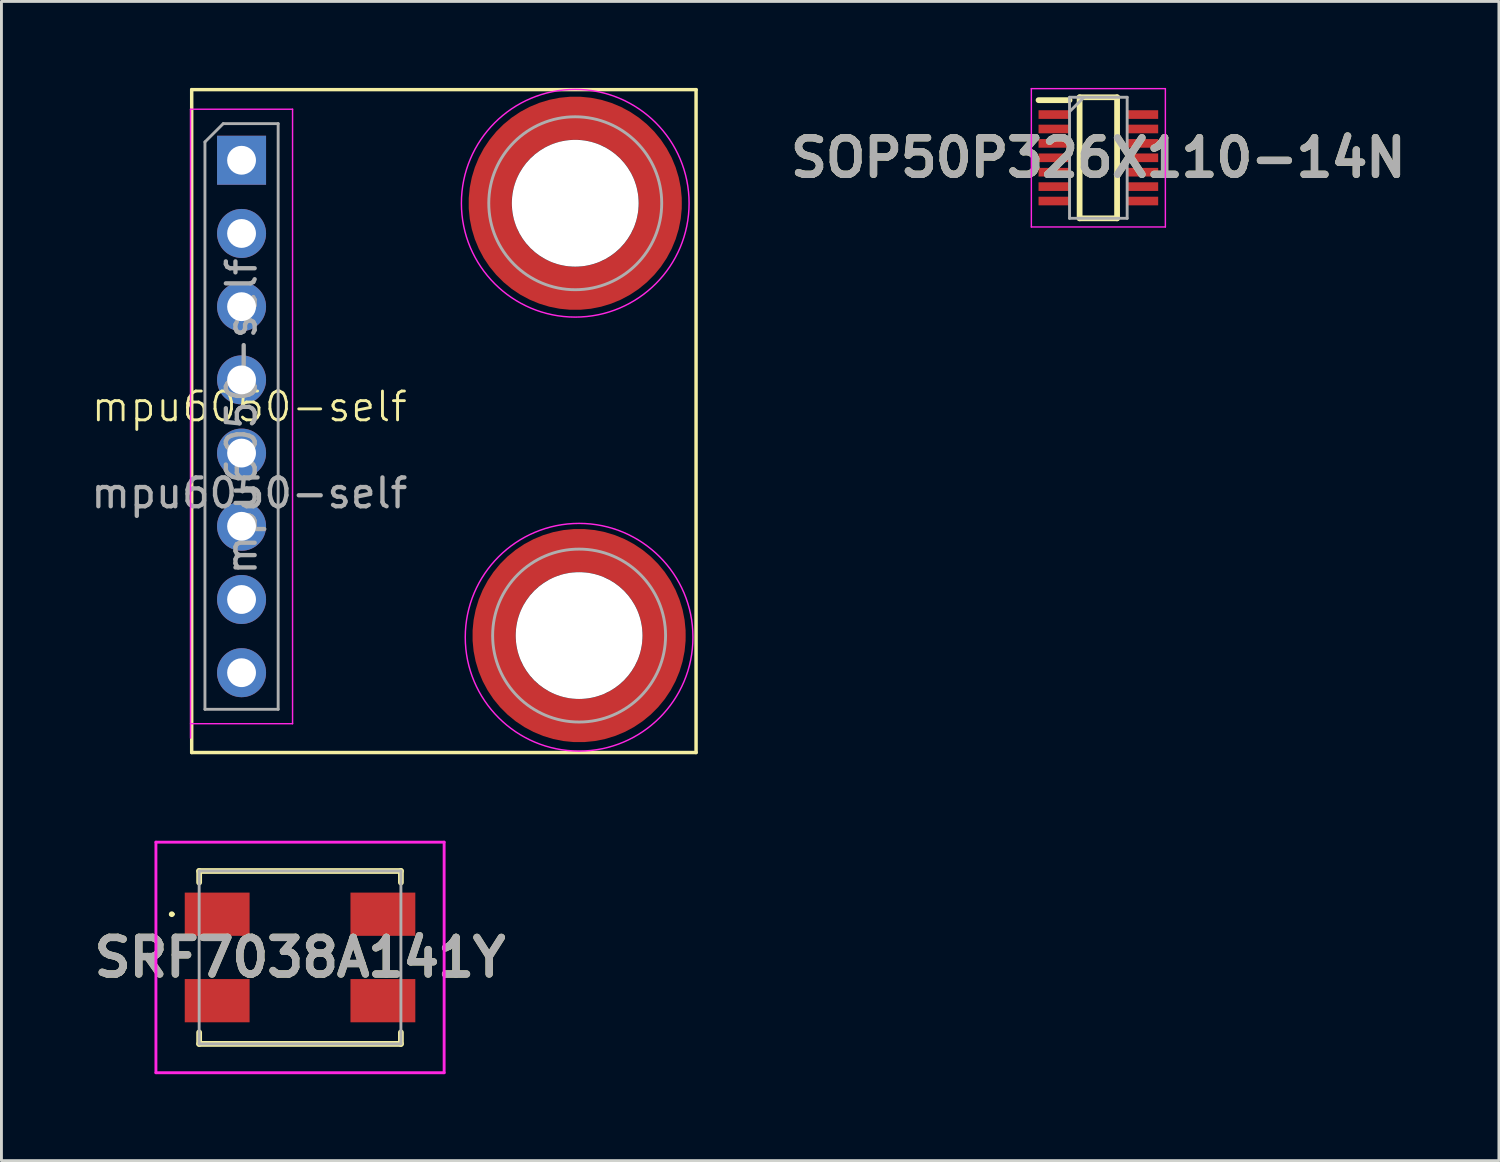
<source format=kicad_pcb>
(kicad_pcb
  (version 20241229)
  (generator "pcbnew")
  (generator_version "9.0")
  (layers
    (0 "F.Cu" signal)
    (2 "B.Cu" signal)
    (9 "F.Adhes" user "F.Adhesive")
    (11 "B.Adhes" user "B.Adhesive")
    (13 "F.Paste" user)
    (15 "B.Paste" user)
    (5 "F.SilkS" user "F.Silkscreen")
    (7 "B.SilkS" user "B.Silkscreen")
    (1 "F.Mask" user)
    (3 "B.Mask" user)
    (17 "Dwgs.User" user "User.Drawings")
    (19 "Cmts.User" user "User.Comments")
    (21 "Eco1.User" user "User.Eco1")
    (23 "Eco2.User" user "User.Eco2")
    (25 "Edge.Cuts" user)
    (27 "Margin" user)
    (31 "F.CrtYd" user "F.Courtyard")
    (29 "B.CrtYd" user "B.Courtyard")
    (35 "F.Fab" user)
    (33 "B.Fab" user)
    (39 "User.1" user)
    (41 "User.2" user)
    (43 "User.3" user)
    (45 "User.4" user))
  (footprint "mpu6050-self"
    (layer "F.Cu")
    (at 5.601 11.56)
    (property "Reference" "mpu6050-self" (at 0 -0.5 0) (unlocked yes) (layer "F.SilkS") (effects (font (size 1 1) (thickness 0.1))))
    (attr smd)
    (fp_line (start -2 -11.5) (end -2 11.5) (stroke (width 0.12) (type solid)) (layer "F.SilkS"))
    (fp_line (start -2 -11.5) (end 15.5 -11.5) (stroke (width 0.12) (type solid)) (layer "F.SilkS"))
    (fp_line (start -2 11.5) (end 15.5 11.5) (stroke (width 0.12) (type solid)) (layer "F.SilkS"))
    (fp_line (start 15.5 -11.5) (end 15.5 11.5) (stroke (width 0.12) (type solid)) (layer "F.SilkS"))
    (fp_line (start -2.04 -10.82) (end -2.04 11) (stroke (width 0.05) (type solid)) (layer "F.CrtYd"))
    (fp_line (start -2.04 10.5) (end 1.5 10.5) (stroke (width 0.05) (type solid)) (layer "F.CrtYd"))
    (fp_line (start 1.5 -10.82) (end -2.04 -10.82) (stroke (width 0.05) (type solid)) (layer "F.CrtYd"))
    (fp_line (start 1.5 10.5) (end 1.5 -10.82) (stroke (width 0.05) (type solid)) (layer "F.CrtYd"))
    (fp_circle (center 11.308 -7.558) (end 15.258 -7.558) (stroke (width 0.05) (type solid)) (fill no) (layer "F.CrtYd"))
    (fp_circle (center 11.442 7.5) (end 15.392 7.5) (stroke (width 0.05) (type solid)) (fill no) (layer "F.CrtYd"))
    (fp_line (start -1.54 -9.685) (end -0.905 -10.32) (stroke (width 0.1) (type solid)) (layer "F.Fab"))
    (fp_line (start -1.54 10) (end -1.54 -9.685) (stroke (width 0.1) (type solid)) (layer "F.Fab"))
    (fp_line (start -0.905 -10.32) (end 1 -10.32) (stroke (width 0.1) (type solid)) (layer "F.Fab"))
    (fp_line (start 1 -10.32) (end 1 10) (stroke (width 0.1) (type solid)) (layer "F.Fab"))
    (fp_line (start 1 10) (end -1.54 10) (stroke (width 0.1) (type solid)) (layer "F.Fab"))
    (fp_circle (center 11.308 -7.558) (end 14.308 -7.558) (stroke (width 0.1) (type solid)) (fill no) (layer "F.Fab"))
    (fp_circle (center 11.442 7.442) (end 14.442 7.442) (stroke (width 0.1) (type solid)) (fill no) (layer "F.Fab"))
    (fp_text user "${REFERENCE}" (at 0 2.5 0) (unlocked yes) (layer "F.Fab") (effects (font (size 1 1) (thickness 0.15))))
    (fp_text user "${REFERENCE}" (at -0.27 -0.16 90) (layer "F.Fab") (effects (font (size 1 1) (thickness 0.15))))
    (pad "" smd custom (at 9.25 -9.615) (size 0.55 0.55) (layers "F.Paste") (options (anchor circle)) (primitives (gr_arc (start -0.377294 1.707681) (mid 0.318198 0.318198) (end 1.707681 -0.377294) (width 0.2)) (gr_arc (start -0.478281 1.707681) (mid 0.247487 0.247487) (end 1.707681 -0.478281) (width 0.2)) (gr_arc (start -0.579192 1.707681) (mid 0.176777 0.176777) (end 1.707681 -0.579192) (width 0.2)) (gr_arc (start -0.680037 1.707681) (mid 0.106066 0.106066) (end 1.707681 -0.680037) (width 0.2)) (gr_arc (start -0.780822 1.707681) (mid 0.035355 0.035355) (end 1.707681 -0.780822) (width 0.2)) (gr_arc (start -0.881554 1.707681) (mid -0.035355 -0.035355) (end 1.707681 -0.881554) (width 0.2)) (gr_arc (start -0.982237 1.707681) (mid -0.106066 -0.106066) (end 1.707681 -0.982237) (width 0.2)) (gr_arc (start -1.082877 1.707681) (mid -0.176777 -0.176777) (end 1.707681 -1.082877) (width 0.2)) (gr_arc (start -1.183476 1.707681) (mid -0.247487 -0.247487) (end 1.707681 -1.183476) (width 0.2)) (gr_arc (start -1.28404 1.707681) (mid -0.318198 -0.318198) (end 1.707681 -1.28404) (width 0.2)) (gr_line (start 1.708 -0.377) (end 1.708 -1.284) (width 0.2)) (gr_line (start -0.377 1.708) (end -1.284 1.708) (width 0.2))))
    (pad "" smd custom (at 9.25 -5.5) (size 0.55 0.55) (layers "F.Paste") (options (anchor circle)) (primitives (gr_arc (start 1.707681 0.377294) (mid 0.318198 -0.318198) (end -0.377294 -1.707681) (width 0.2)) (gr_arc (start 1.707681 0.478281) (mid 0.247487 -0.247487) (end -0.478281 -1.707681) (width 0.2)) (gr_arc (start 1.707681 0.579192) (mid 0.176777 -0.176777) (end -0.579192 -1.707681) (width 0.2)) (gr_arc (start 1.707681 0.680037) (mid 0.106066 -0.106066) (end -0.680037 -1.707681) (width 0.2)) (gr_arc (start 1.707681 0.780822) (mid 0.035355 -0.035355) (end -0.780822 -1.707681) (width 0.2)) (gr_arc (start 1.707681 0.881554) (mid -0.035355 0.035355) (end -0.881554 -1.707681) (width 0.2)) (gr_arc (start 1.707681 0.982237) (mid -0.106066 0.106066) (end -0.982237 -1.707681) (width 0.2)) (gr_arc (start 1.707681 1.082877) (mid -0.176777 0.176777) (end -1.082877 -1.707681) (width 0.2)) (gr_arc (start 1.707681 1.183476) (mid -0.247487 0.247487) (end -1.183476 -1.707681) (width 0.2)) (gr_arc (start 1.707681 1.28404) (mid -0.318198 0.318198) (end -1.28404 -1.707681) (width 0.2)) (gr_line (start -0.377 -1.708) (end -1.284 -1.708) (width 0.2)) (gr_line (start 1.708 0.377) (end 1.708 1.284) (width 0.2))))
    (pad "" smd custom (at 9.385 5.385) (size 0.55 0.55) (layers "F.Paste") (options (anchor circle)) (primitives (gr_arc (start -0.377294 1.707681) (mid 0.318198 0.318198) (end 1.707681 -0.377294) (width 0.2)) (gr_arc (start -0.478281 1.707681) (mid 0.247487 0.247487) (end 1.707681 -0.478281) (width 0.2)) (gr_arc (start -0.579192 1.707681) (mid 0.176777 0.176777) (end 1.707681 -0.579192) (width 0.2)) (gr_arc (start -0.680037 1.707681) (mid 0.106066 0.106066) (end 1.707681 -0.680037) (width 0.2)) (gr_arc (start -0.780822 1.707681) (mid 0.035355 0.035355) (end 1.707681 -0.780822) (width 0.2)) (gr_arc (start -0.881554 1.707681) (mid -0.035355 -0.035355) (end 1.707681 -0.881554) (width 0.2)) (gr_arc (start -0.982237 1.707681) (mid -0.106066 -0.106066) (end 1.707681 -0.982237) (width 0.2)) (gr_arc (start -1.082877 1.707681) (mid -0.176777 -0.176777) (end 1.707681 -1.082877) (width 0.2)) (gr_arc (start -1.183476 1.707681) (mid -0.247487 -0.247487) (end 1.707681 -1.183476) (width 0.2)) (gr_arc (start -1.28404 1.707681) (mid -0.318198 -0.318198) (end 1.707681 -1.28404) (width 0.2)) (gr_line (start 1.708 -0.377) (end 1.708 -1.284) (width 0.2)) (gr_line (start -0.377 1.708) (end -1.284 1.708) (width 0.2))))
    (pad "" smd custom (at 9.385 9.5) (size 0.55 0.55) (layers "F.Paste") (options (anchor circle)) (primitives (gr_arc (start 1.707681 0.377294) (mid 0.318198 -0.318198) (end -0.377294 -1.707681) (width 0.2)) (gr_arc (start 1.707681 0.478281) (mid 0.247487 -0.247487) (end -0.478281 -1.707681) (width 0.2)) (gr_arc (start 1.707681 0.579192) (mid 0.176777 -0.176777) (end -0.579192 -1.707681) (width 0.2)) (gr_arc (start 1.707681 0.680037) (mid 0.106066 -0.106066) (end -0.680037 -1.707681) (width 0.2)) (gr_arc (start 1.707681 0.780822) (mid 0.035355 -0.035355) (end -0.780822 -1.707681) (width 0.2)) (gr_arc (start 1.707681 0.881554) (mid -0.035355 0.035355) (end -0.881554 -1.707681) (width 0.2)) (gr_arc (start 1.707681 0.982237) (mid -0.106066 0.106066) (end -0.982237 -1.707681) (width 0.2)) (gr_arc (start 1.707681 1.082877) (mid -0.176777 0.176777) (end -1.082877 -1.707681) (width 0.2)) (gr_arc (start 1.707681 1.183476) (mid -0.247487 0.247487) (end -1.183476 -1.707681) (width 0.2)) (gr_arc (start 1.707681 1.28404) (mid -0.318198 0.318198) (end -1.28404 -1.707681) (width 0.2)) (gr_line (start -0.377 -1.708) (end -1.284 -1.708) (width 0.2)) (gr_line (start 1.708 0.377) (end 1.708 1.284) (width 0.2))))
    (pad "" np_thru_hole circle (at 11.308 -7.558) (size 4.4 4.4) (drill 4.4) (layers "*.Cu" "*.Mask"))
    (pad "" np_thru_hole circle (at 11.442 7.442) (size 4.4 4.4) (drill 4.4) (layers "*.Cu" "*.Mask"))
    (pad "" smd custom (at 13.365 -9.615) (size 0.55 0.55) (layers "F.Paste") (options (anchor circle)) (primitives (gr_arc (start -1.707681 -0.377294) (mid -0.318198 0.318198) (end 0.377294 1.707681) (width 0.2)) (gr_arc (start -1.707681 -0.478281) (mid -0.247487 0.247487) (end 0.478281 1.707681) (width 0.2)) (gr_arc (start -1.707681 -0.579192) (mid -0.176777 0.176777) (end 0.579192 1.707681) (width 0.2)) (gr_arc (start -1.707681 -0.680037) (mid -0.106066 0.106066) (end 0.680037 1.707681) (width 0.2)) (gr_arc (start -1.707681 -0.780822) (mid -0.035355 0.035355) (end 0.780822 1.707681) (width 0.2)) (gr_arc (start -1.707681 -0.881554) (mid 0.035355 -0.035355) (end 0.881554 1.707681) (width 0.2)) (gr_arc (start -1.707681 -0.982237) (mid 0.106066 -0.106066) (end 0.982237 1.707681) (width 0.2)) (gr_arc (start -1.707681 -1.082877) (mid 0.176777 -0.176777) (end 1.082877 1.707681) (width 0.2)) (gr_arc (start -1.707681 -1.183476) (mid 0.247487 -0.247487) (end 1.183476 1.707681) (width 0.2)) (gr_arc (start -1.707681 -1.28404) (mid 0.318198 -0.318198) (end 1.28404 1.707681) (width 0.2)) (gr_line (start 0.377 1.708) (end 1.284 1.708) (width 0.2)) (gr_line (start -1.708 -0.377) (end -1.708 -1.284) (width 0.2))))
    (pad "" smd custom (at 13.365 -5.5) (size 0.55 0.55) (layers "F.Paste") (options (anchor circle)) (primitives (gr_arc (start 0.377294 -1.707681) (mid -0.318198 -0.318198) (end -1.707681 0.377294) (width 0.2)) (gr_arc (start 0.478281 -1.707681) (mid -0.247487 -0.247487) (end -1.707681 0.478281) (width 0.2)) (gr_arc (start 0.579192 -1.707681) (mid -0.176777 -0.176777) (end -1.707681 0.579192) (width 0.2)) (gr_arc (start 0.680037 -1.707681) (mid -0.106066 -0.106066) (end -1.707681 0.680037) (width 0.2)) (gr_arc (start 0.780822 -1.707681) (mid -0.035355 -0.035355) (end -1.707681 0.780822) (width 0.2)) (gr_arc (start 0.881554 -1.707681) (mid 0.035355 0.035355) (end -1.707681 0.881554) (width 0.2)) (gr_arc (start 0.982237 -1.707681) (mid 0.106066 0.106066) (end -1.707681 0.982237) (width 0.2)) (gr_arc (start 1.082877 -1.707681) (mid 0.176777 0.176777) (end -1.707681 1.082877) (width 0.2)) (gr_arc (start 1.183476 -1.707681) (mid 0.247487 0.247487) (end -1.707681 1.183476) (width 0.2)) (gr_arc (start 1.28404 -1.707681) (mid 0.318198 0.318198) (end -1.707681 1.28404) (width 0.2)) (gr_line (start -1.708 0.377) (end -1.708 1.284) (width 0.2)) (gr_line (start 0.377 -1.708) (end 1.284 -1.708) (width 0.2))))
    (pad "" smd custom (at 13.5 5.385) (size 0.55 0.55) (layers "F.Paste") (options (anchor circle)) (primitives (gr_arc (start -1.707681 -0.377294) (mid -0.318198 0.318198) (end 0.377294 1.707681) (width 0.2)) (gr_arc (start -1.707681 -0.478281) (mid -0.247487 0.247487) (end 0.478281 1.707681) (width 0.2)) (gr_arc (start -1.707681 -0.579192) (mid -0.176777 0.176777) (end 0.579192 1.707681) (width 0.2)) (gr_arc (start -1.707681 -0.680037) (mid -0.106066 0.106066) (end 0.680037 1.707681) (width 0.2)) (gr_arc (start -1.707681 -0.780822) (mid -0.035355 0.035355) (end 0.780822 1.707681) (width 0.2)) (gr_arc (start -1.707681 -0.881554) (mid 0.035355 -0.035355) (end 0.881554 1.707681) (width 0.2)) (gr_arc (start -1.707681 -0.982237) (mid 0.106066 -0.106066) (end 0.982237 1.707681) (width 0.2)) (gr_arc (start -1.707681 -1.082877) (mid 0.176777 -0.176777) (end 1.082877 1.707681) (width 0.2)) (gr_arc (start -1.707681 -1.183476) (mid 0.247487 -0.247487) (end 1.183476 1.707681) (width 0.2)) (gr_arc (start -1.707681 -1.28404) (mid 0.318198 -0.318198) (end 1.28404 1.707681) (width 0.2)) (gr_line (start 0.377 1.708) (end 1.284 1.708) (width 0.2)) (gr_line (start -1.708 -0.377) (end -1.708 -1.284) (width 0.2))))
    (pad "" smd custom (at 13.5 9.5) (size 0.55 0.55) (layers "F.Paste") (options (anchor circle)) (primitives (gr_arc (start 0.377294 -1.707681) (mid -0.318198 -0.318198) (end -1.707681 0.377294) (width 0.2)) (gr_arc (start 0.478281 -1.707681) (mid -0.247487 -0.247487) (end -1.707681 0.478281) (width 0.2)) (gr_arc (start 0.579192 -1.707681) (mid -0.176777 -0.176777) (end -1.707681 0.579192) (width 0.2)) (gr_arc (start 0.680037 -1.707681) (mid -0.106066 -0.106066) (end -1.707681 0.680037) (width 0.2)) (gr_arc (start 0.780822 -1.707681) (mid -0.035355 -0.035355) (end -1.707681 0.780822) (width 0.2)) (gr_arc (start 0.881554 -1.707681) (mid 0.035355 0.035355) (end -1.707681 0.881554) (width 0.2)) (gr_arc (start 0.982237 -1.707681) (mid 0.106066 0.106066) (end -1.707681 0.982237) (width 0.2)) (gr_arc (start 1.082877 -1.707681) (mid 0.176777 0.176777) (end -1.707681 1.082877) (width 0.2)) (gr_arc (start 1.183476 -1.707681) (mid 0.247487 0.247487) (end -1.707681 1.183476) (width 0.2)) (gr_arc (start 1.28404 -1.707681) (mid 0.318198 0.318198) (end -1.707681 1.28404) (width 0.2)) (gr_line (start -1.708 0.377) (end -1.708 1.284) (width 0.2)) (gr_line (start 0.377 -1.708) (end 1.284 -1.708) (width 0.2))))
    (pad "1" thru_hole rect (at -0.27 -9.05) (size 1.7 1.7) (drill 1) (layers "*.Cu" "*.Mask"))
    (pad "1" smd custom (at 14.258 -7.558) (size 1.5 1.5) (layers "F.Cu" "F.Mask") (options (anchor circle)) (primitives (gr_circle (center -2.95 0) (end 0 0) (width 1.5) (fill no))))
    (pad "1" smd custom (at 14.392 7.442) (size 1.5 1.5) (layers "F.Cu" "F.Mask") (options (anchor circle)) (primitives (gr_circle (center -2.95 0) (end 0 0) (width 1.5) (fill no))))
    (pad "2" thru_hole circle (at -0.27 -6.51) (size 1.7 1.7) (drill 1) (layers "*.Cu" "*.Mask"))
    (pad "2" smd circle (at 8.358 -7.558) (size 0.992 0.992) (layers "F.Cu"))
    (pad "2" smd circle (at 8.492 7.442) (size 0.992 0.992) (layers "F.Cu"))
    (pad "2" smd circle (at 11.308 -10.508) (size 0.992 0.992) (layers "F.Cu"))
    (pad "2" smd circle (at 11.308 -4.608) (size 0.992 0.992) (layers "F.Cu"))
    (pad "2" smd circle (at 11.442 4.492) (size 0.992 0.992) (layers "F.Cu"))
    (pad "2" smd circle (at 11.442 10.392) (size 0.992 0.992) (layers "F.Cu"))
    (pad "3" thru_hole circle (at -0.27 -3.97) (size 1.7 1.7) (drill 1) (layers "*.Cu" "*.Mask"))
    (pad "4" thru_hole circle (at -0.27 -1.43) (size 1.7 1.7) (drill 1) (layers "*.Cu" "*.Mask"))
    (pad "5" thru_hole circle (at -0.27 1.11) (size 1.7 1.7) (drill 1) (layers "*.Cu" "*.Mask"))
    (pad "6" thru_hole circle (at -0.27 3.65) (size 1.7 1.7) (drill 1) (layers "*.Cu" "*.Mask"))
    (pad "7" thru_hole circle (at -0.27 6.19) (size 1.7 1.7) (drill 1) (layers "*.Cu" "*.Mask"))
    (pad "8" thru_hole circle (at -0.27 8.73) (size 1.7 1.7) (drill 1) (layers "*.Cu" "*.Mask")))
  (footprint "SOP50P326X110-14N"
    (layer "F.Cu")
    (at 35.059 2.425)
    (property "Reference" "SOP50P326X110-14N" (at 0 0 0) (layer "F.SilkS") (effects (font (size 1.27 1.27) (thickness 0.254))))
    (attr smd)
    (fp_line (start -2.075 -2) (end -1 -2) (stroke (width 0.2) (type solid)) (layer "F.SilkS"))
    (fp_line (start -0.65 -2.1) (end 0.65 -2.1) (stroke (width 0.2) (type solid)) (layer "F.SilkS"))
    (fp_line (start -0.65 2.1) (end -0.65 -2.1) (stroke (width 0.2) (type solid)) (layer "F.SilkS"))
    (fp_line (start 0.65 -2.1) (end 0.65 2.1) (stroke (width 0.2) (type solid)) (layer "F.SilkS"))
    (fp_line (start 0.65 2.1) (end -0.65 2.1) (stroke (width 0.2) (type solid)) (layer "F.SilkS"))
    (fp_line (start -2.325 -2.4) (end 2.325 -2.4) (stroke (width 0.05) (type solid)) (layer "F.CrtYd"))
    (fp_line (start -2.325 2.4) (end -2.325 -2.4) (stroke (width 0.05) (type solid)) (layer "F.CrtYd"))
    (fp_line (start 2.325 -2.4) (end 2.325 2.4) (stroke (width 0.05) (type solid)) (layer "F.CrtYd"))
    (fp_line (start 2.325 2.4) (end -2.325 2.4) (stroke (width 0.05) (type solid)) (layer "F.CrtYd"))
    (fp_line (start -1 -2.1) (end 1 -2.1) (stroke (width 0.1) (type solid)) (layer "F.Fab"))
    (fp_line (start -1 -1.6) (end -0.5 -2.1) (stroke (width 0.1) (type solid)) (layer "F.Fab"))
    (fp_line (start -1 2.1) (end -1 -2.1) (stroke (width 0.1) (type solid)) (layer "F.Fab"))
    (fp_line (start 1 -2.1) (end 1 2.1) (stroke (width 0.1) (type solid)) (layer "F.Fab"))
    (fp_line (start 1 2.1) (end -1 2.1) (stroke (width 0.1) (type solid)) (layer "F.Fab"))
    (fp_text user "${REFERENCE}" (at 0 0 0) (layer "F.Fab") (effects (font (size 1.27 1.27) (thickness 0.254))))
    (pad "1" smd rect (at -1.538 -1.5 90) (size 0.3 1.075) (layers "F.Cu" "F.Mask" "F.Paste"))
    (pad "2" smd rect (at -1.538 -1 90) (size 0.3 1.075) (layers "F.Cu" "F.Mask" "F.Paste"))
    (pad "3" smd rect (at -1.538 -0.5 90) (size 0.3 1.075) (layers "F.Cu" "F.Mask" "F.Paste"))
    (pad "4" smd rect (at -1.538 0 90) (size 0.3 1.075) (layers "F.Cu" "F.Mask" "F.Paste"))
    (pad "5" smd rect (at -1.538 0.5 90) (size 0.3 1.075) (layers "F.Cu" "F.Mask" "F.Paste"))
    (pad "6" smd rect (at -1.538 1 90) (size 0.3 1.075) (layers "F.Cu" "F.Mask" "F.Paste"))
    (pad "7" smd rect (at -1.538 1.5 90) (size 0.3 1.075) (layers "F.Cu" "F.Mask" "F.Paste"))
    (pad "8" smd rect (at 1.538 1.5 90) (size 0.3 1.075) (layers "F.Cu" "F.Mask" "F.Paste"))
    (pad "9" smd rect (at 1.538 1 90) (size 0.3 1.075) (layers "F.Cu" "F.Mask" "F.Paste"))
    (pad "10" smd rect (at 1.538 0.5 90) (size 0.3 1.075) (layers "F.Cu" "F.Mask" "F.Paste"))
    (pad "11" smd rect (at 1.538 0 90) (size 0.3 1.075) (layers "F.Cu" "F.Mask" "F.Paste"))
    (pad "12" smd rect (at 1.538 -0.5 90) (size 0.3 1.075) (layers "F.Cu" "F.Mask" "F.Paste"))
    (pad "13" smd rect (at 1.538 -1 90) (size 0.3 1.075) (layers "F.Cu" "F.Mask" "F.Paste"))
    (pad "14" smd rect (at 1.538 -1.5 90) (size 0.3 1.075) (layers "F.Cu" "F.Mask" "F.Paste")))
  (footprint "SRF7038A141Y"
    (layer "F.Cu")
    (at 7.36 30.17)
    (property "Reference" "SRF7038A141Y" (at 0 0 0) (layer "F.SilkS") (effects (font (size 1.27 1.27) (thickness 0.254))))
    (attr smd)
    (fp_line (start -4.5 -1.5) (end -4.5 -1.5) (stroke (width 0.1) (type solid)) (layer "F.SilkS"))
    (fp_line (start -4.4 -1.5) (end -4.4 -1.5) (stroke (width 0.1) (type solid)) (layer "F.SilkS"))
    (fp_line (start -3.5 -3) (end 3.5 -3) (stroke (width 0.2) (type solid)) (layer "F.SilkS"))
    (fp_line (start -3.5 -2.6) (end -3.5 -3) (stroke (width 0.2) (type solid)) (layer "F.SilkS"))
    (fp_line (start -3.5 2.6) (end -3.5 3) (stroke (width 0.2) (type solid)) (layer "F.SilkS"))
    (fp_line (start -3.5 3) (end 3.5 3) (stroke (width 0.2) (type solid)) (layer "F.SilkS"))
    (fp_line (start 3.5 -3) (end 3.5 -2.6) (stroke (width 0.2) (type solid)) (layer "F.SilkS"))
    (fp_line (start 3.5 3) (end 3.5 2.6) (stroke (width 0.2) (type solid)) (layer "F.SilkS"))
    (fp_arc (start -4.5 -1.5) (mid -4.45 -1.55) (end -4.4 -1.5) (stroke (width 0.1) (type solid)) (layer "F.SilkS"))
    (fp_arc (start -4.4 -1.5) (mid -4.45 -1.45) (end -4.5 -1.5) (stroke (width 0.1) (type solid)) (layer "F.SilkS"))
    (fp_line (start -5 -4) (end 5 -4) (stroke (width 0.1) (type solid)) (layer "F.CrtYd"))
    (fp_line (start -5 4) (end -5 -4) (stroke (width 0.1) (type solid)) (layer "F.CrtYd"))
    (fp_line (start 5 -4) (end 5 4) (stroke (width 0.1) (type solid)) (layer "F.CrtYd"))
    (fp_line (start 5 4) (end -5 4) (stroke (width 0.1) (type solid)) (layer "F.CrtYd"))
    (fp_line (start -3.5 -3) (end 3.5 -3) (stroke (width 0.1) (type solid)) (layer "F.Fab"))
    (fp_line (start -3.5 3) (end -3.5 -3) (stroke (width 0.1) (type solid)) (layer "F.Fab"))
    (fp_line (start 3.5 -3) (end 3.5 3) (stroke (width 0.1) (type solid)) (layer "F.Fab"))
    (fp_line (start 3.5 3) (end -3.5 3) (stroke (width 0.1) (type solid)) (layer "F.Fab"))
    (fp_text user "${REFERENCE}" (at 0 0 0) (layer "F.Fab") (effects (font (size 1.27 1.27) (thickness 0.254))))
    (pad "1" smd rect (at -2.875 -1.5 90) (size 1.5 2.25) (layers "F.Cu" "F.Mask" "F.Paste"))
    (pad "2" smd rect (at -2.875 1.5 90) (size 1.5 2.25) (layers "F.Cu" "F.Mask" "F.Paste"))
    (pad "3" smd rect (at 2.875 1.5 90) (size 1.5 2.25) (layers "F.Cu" "F.Mask" "F.Paste"))
    (pad "4" smd rect (at 2.875 -1.5 90) (size 1.5 2.25) (layers "F.Cu" "F.Mask" "F.Paste")))
  (gr_rect
    (start -3 -3)
    (end 48.957 37.22)
    (stroke (width 0.1) (type default))
    (fill no)
    (layer "Edge.Cuts")))
</source>
